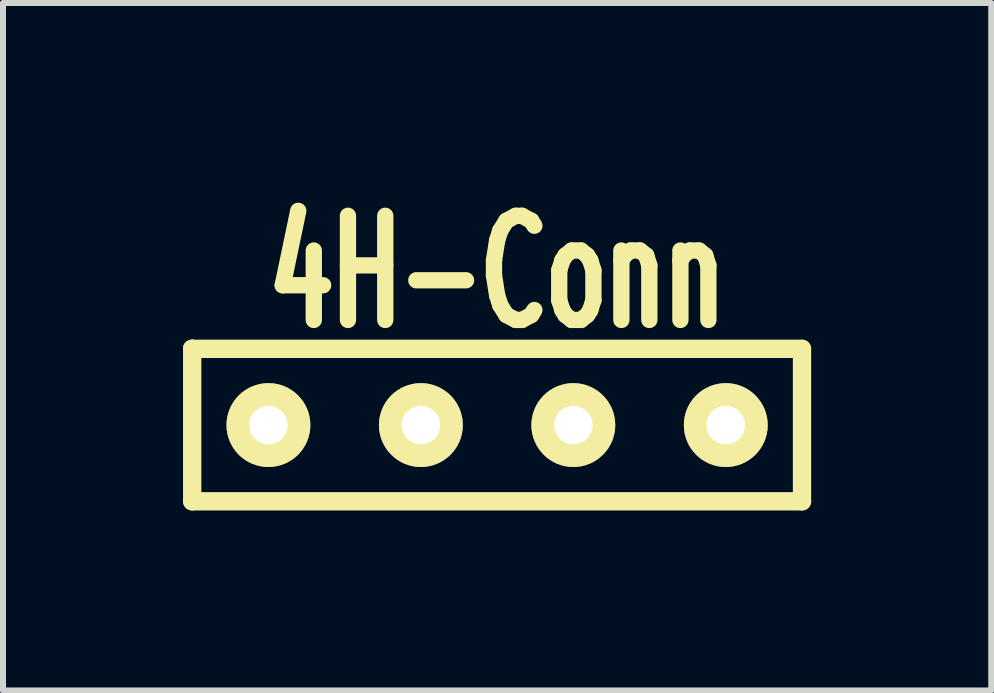
<source format=kicad_pcb>
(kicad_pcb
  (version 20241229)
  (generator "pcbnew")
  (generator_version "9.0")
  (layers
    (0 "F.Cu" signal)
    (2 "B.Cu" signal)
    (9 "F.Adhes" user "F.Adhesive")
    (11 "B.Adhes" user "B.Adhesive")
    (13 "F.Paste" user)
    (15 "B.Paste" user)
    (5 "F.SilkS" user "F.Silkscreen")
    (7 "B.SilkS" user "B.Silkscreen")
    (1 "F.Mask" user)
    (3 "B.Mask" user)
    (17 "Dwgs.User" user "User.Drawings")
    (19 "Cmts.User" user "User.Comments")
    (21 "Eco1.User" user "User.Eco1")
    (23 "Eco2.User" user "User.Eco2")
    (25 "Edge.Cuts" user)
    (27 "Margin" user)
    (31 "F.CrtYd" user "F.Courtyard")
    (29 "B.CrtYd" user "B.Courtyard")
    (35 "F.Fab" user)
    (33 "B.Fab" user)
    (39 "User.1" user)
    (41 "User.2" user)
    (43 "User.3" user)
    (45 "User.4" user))
  (footprint "4H-Conn"
    (layer "F.Cu")
    (at 5.232 4.032)
    (property "Reference" "4H-Conn" (at 0 -2.54 0) (layer "F.SilkS") (effects (font (size 1.735 1.087) (thickness 0.305))))
    (attr through_hole)
    (fp_line (start -5.08 -1.27) (end -5.08 -1.27) (stroke (width 0.305) (type solid)) (layer "F.SilkS"))
    (fp_line (start -5.08 -1.27) (end -5.08 -1.27) (stroke (width 0.305) (type solid)) (layer "F.SilkS"))
    (fp_line (start -5.08 -1.27) (end 5.08 -1.27) (stroke (width 0.305) (type solid)) (layer "F.SilkS"))
    (fp_line (start -5.08 1.27) (end -5.08 -1.27) (stroke (width 0.305) (type solid)) (layer "F.SilkS"))
    (fp_line (start 5.08 -1.27) (end 5.08 1.27) (stroke (width 0.305) (type solid)) (layer "F.SilkS"))
    (fp_line (start 5.08 1.27) (end -5.08 1.27) (stroke (width 0.305) (type solid)) (layer "F.SilkS"))
    (pad "1" thru_hole circle (at -3.81 0) (size 1.397 1.397) (drill 0.64) (layers "*.Cu" "*.Mask" "F.SilkS"))
    (pad "2" thru_hole circle (at -1.27 0) (size 1.397 1.397) (drill 0.64) (layers "*.Cu" "*.Mask" "F.SilkS"))
    (pad "3" thru_hole circle (at 1.27 0) (size 1.397 1.397) (drill 0.64) (layers "*.Cu" "*.Mask" "F.SilkS"))
    (pad "4" thru_hole circle (at 3.81 0) (size 1.397 1.397) (drill 0.64) (layers "*.Cu" "*.Mask" "F.SilkS")))
  (gr_rect
    (start -3 -3)
    (end 13.465 8.454)
    (stroke (width 0.1) (type default))
    (fill no)
    (layer "Edge.Cuts")))
</source>
